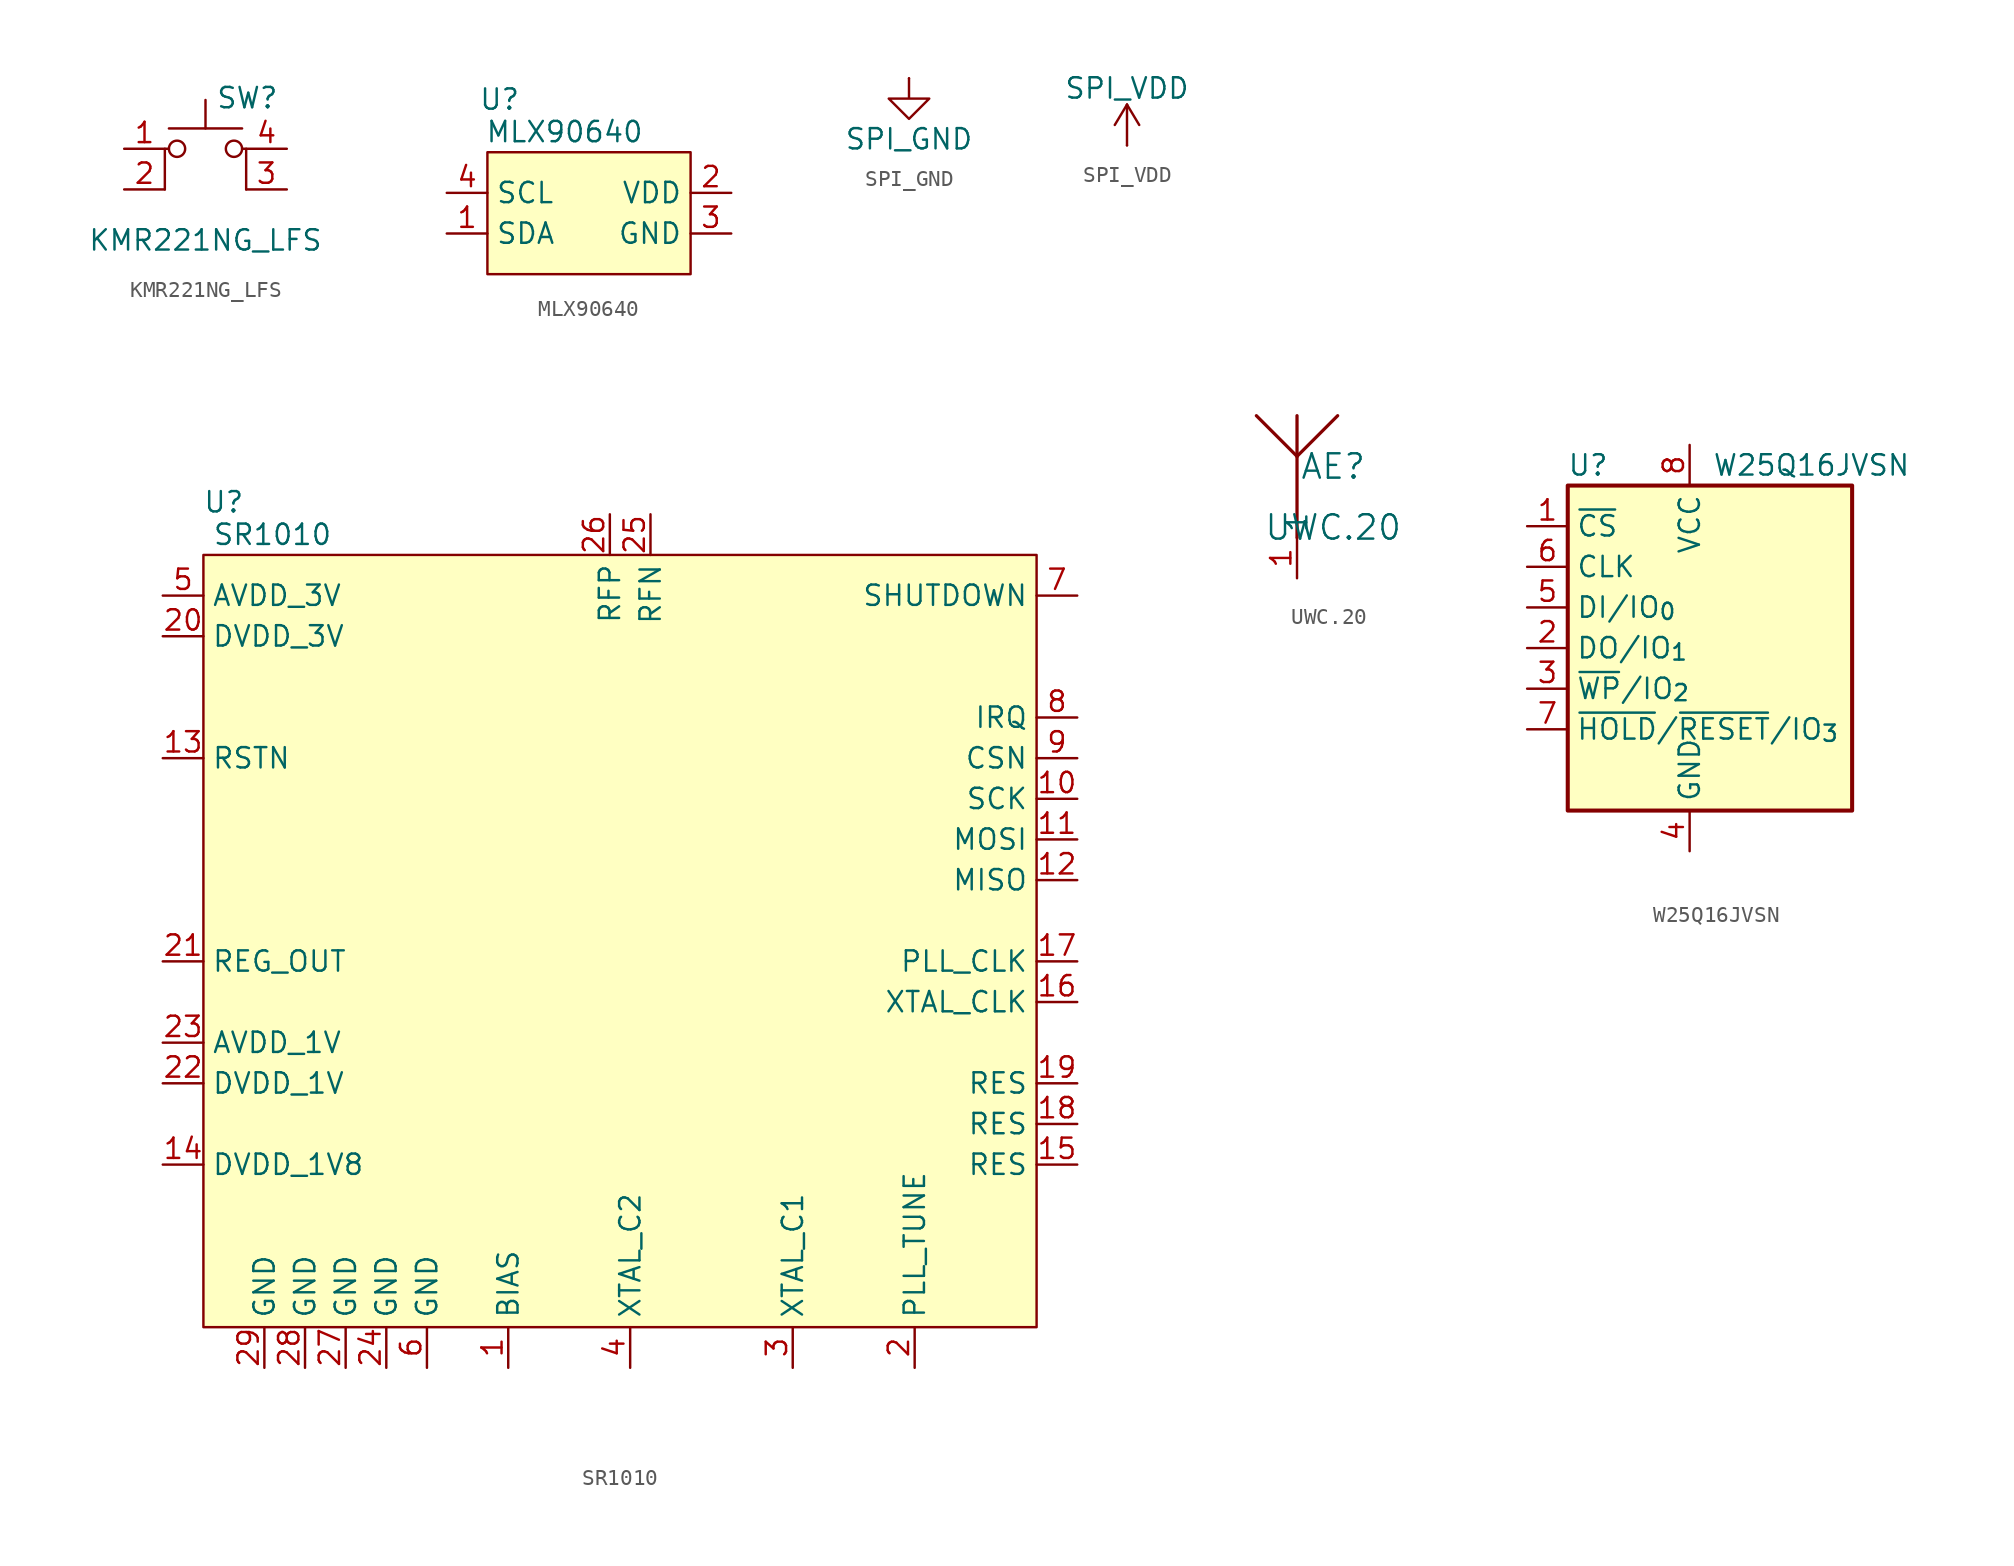
<source format=kicad_sym>
(kicad_symbol_lib
  (version 20241209)
  (generator "kicad_symbol_editor")
  (generator_version "9.0")
  (symbol "KMR221NG_LFS"
    (pin_names
      (offset 1.016)
      (hide yes))
    (property "Reference" "SW"
      (at 0.635 5.715 0)
      (effects (font (size 1.27 1.27)) (justify left)))
    (property "Value" "KMR221NG_LFS"
      (at 0 -3.175 0)
      (effects (font (size 1.27 1.27))))
    (symbol "KMR221NG_LFS_0_1"
      (polyline (pts (xy -2.54 0) (xy -2.54 2.54) (xy -2.286 2.54)) (stroke (width 0) (type default)) (fill (type none)))
      (polyline (pts (xy -2.286 3.81) (xy 2.286 3.81)) (stroke (width 0) (type default)) (fill (type none)))
      (circle (center -1.778 2.54) (radius 0.508) (stroke (width 0) (type default)) (fill (type none)))
      (polyline (pts (xy 0 3.81) (xy 0 5.588)) (stroke (width 0) (type default)) (fill (type none)))
      (circle (center 1.778 2.54) (radius 0.508) (stroke (width 0) (type default)) (fill (type none)))
      (polyline (pts (xy 2.54 0) (xy 2.54 2.54) (xy 2.286 2.54)) (stroke (width 0) (type default)) (fill (type none)))
      (pin passive line (at -5.08 2.54 0) (length 2.54) (name "1" (effects (font (size 1.27 1.27)))) (number "1" (effects (font (size 1.27 1.27)))))
      (pin passive line (at -5.08 0 0) (length 2.54) (name "2" (effects (font (size 1.27 1.27)))) (number "2" (effects (font (size 1.27 1.27)))))
      (pin passive line (at 5.08 2.54 180) (length 2.54) (name "A" (effects (font (size 1.27 1.27)))) (number "4" (effects (font (size 1.27 1.27)))))
      (pin passive line (at 5.08 0 180) (length 2.54) (name "K" (effects (font (size 1.27 1.27)))) (number "3" (effects (font (size 1.27 1.27)))))))
  (symbol "MLX90640"
    (property "Reference" "U"
      (at -5.588 7.112 0)
      (effects (font (size 1.27 1.27))))
    (property "Value" "MLX90640"
      (at -1.524 5.08 0)
      (effects (font (size 1.27 1.27))))
    (symbol "MLX90640_1_1"
      (rectangle (start -6.35 3.81) (end 6.35 -3.81) (stroke (width 0) (type solid)) (fill (type background)))
      (pin input line (at -8.89 1.27 0) (length 2.54) (name "SCL" (effects (font (size 1.27 1.27)))) (number "4" (effects (font (size 1.27 1.27)))))
      (pin bidirectional line (at -8.89 -1.27 0) (length 2.54) (name "SDA" (effects (font (size 1.27 1.27)))) (number "1" (effects (font (size 1.27 1.27)))))
      (pin power_in line (at 8.89 1.27 180) (length 2.54) (name "VDD" (effects (font (size 1.27 1.27)))) (number "2" (effects (font (size 1.27 1.27)))))
      (pin power_in line (at 8.89 -1.27 180) (length 2.54) (name "GND" (effects (font (size 1.27 1.27)))) (number "3" (effects (font (size 1.27 1.27)))))))
  (symbol "SPI_GND"
    (power)
    (pin_numbers
      (hide yes))
    (pin_names
      (offset 0)
      (hide yes))
    (property "Reference" "#PWR"
      (at 0 -6.35 0)
      (effects (font (size 1.27 1.27)) (hide yes)))
    (property "Value" "SPI_GND"
      (at 0 -3.81 0)
      (effects (font (size 1.27 1.27))))
    (symbol "SPI_GND_0_1"
      (polyline (pts (xy 0 0) (xy 0 -1.27) (xy 1.27 -1.27) (xy 0 -2.54) (xy -1.27 -1.27) (xy 0 -1.27)) (stroke (width 0) (type default)) (fill (type none))))
    (symbol "SPI_GND_1_1"
      (pin power_in line (at 0 0 270) (length 0) (name "~" (effects (font (size 1.27 1.27)))) (number "1" (effects (font (size 1.27 1.27)))))))
  (symbol "SPI_VDD"
    (power)
    (pin_numbers
      (hide yes))
    (pin_names
      (offset 0)
      (hide yes))
    (property "Reference" "#PWR"
      (at 0 -3.81 0)
      (effects (font (size 1.27 1.27)) (hide yes)))
    (property "Value" "SPI_VDD"
      (at 0 3.556 0)
      (effects (font (size 1.27 1.27))))
    (symbol "SPI_VDD_0_1"
      (polyline (pts (xy -0.762 1.27) (xy 0 2.54)) (stroke (width 0) (type default)) (fill (type none)))
      (polyline (pts (xy 0 2.54) (xy 0.762 1.27)) (stroke (width 0) (type default)) (fill (type none)))
      (polyline (pts (xy 0 0) (xy 0 2.54)) (stroke (width 0) (type default)) (fill (type none))))
    (symbol "SPI_VDD_1_1"
      (pin power_in line (at 0 0 90) (length 0) (name "~" (effects (font (size 1.27 1.27)))) (number "1" (effects (font (size 1.27 1.27)))))))
  (symbol "SR1010"
    (property "Reference" "U"
      (at -25.4 19.812 0)
      (effects (font (size 1.27 1.27))))
    (property "Value" "SR1010"
      (at -22.352 17.78 0)
      (effects (font (size 1.27 1.27))))
    (symbol "SR1010_1_1"
      (rectangle (start -26.67 16.51) (end 25.4 -31.75) (stroke (width 0) (type solid)) (fill (type background)))
      (pin power_in line (at -29.21 13.97 0) (length 2.54) (name "AVDD_3V" (effects (font (size 1.27 1.27)))) (number "5" (effects (font (size 1.27 1.27)))))
      (pin power_in line (at -29.21 11.43 0) (length 2.54) (name "DVDD_3V" (effects (font (size 1.27 1.27)))) (number "20" (effects (font (size 1.27 1.27)))))
      (pin input line (at -29.21 3.81 0) (length 2.54) (name "RSTN" (effects (font (size 1.27 1.27)))) (number "13" (effects (font (size 1.27 1.27)))))
      (pin output line (at -29.21 -8.89 0) (length 2.54) (name "REG_OUT" (effects (font (size 1.27 1.27)))) (number "21" (effects (font (size 1.27 1.27)))))
      (pin power_in line (at -29.21 -13.97 0) (length 2.54) (name "AVDD_1V" (effects (font (size 1.27 1.27)))) (number "23" (effects (font (size 1.27 1.27)))))
      (pin power_in line (at -29.21 -16.51 0) (length 2.54) (name "DVDD_1V" (effects (font (size 1.27 1.27)))) (number "22" (effects (font (size 1.27 1.27)))))
      (pin power_in line (at -29.21 -21.59 0) (length 2.54) (name "DVDD_1V8" (effects (font (size 1.27 1.27)))) (number "14" (effects (font (size 1.27 1.27)))))
      (pin power_in line (at -22.86 -34.29 90) (length 2.54) (name "GND" (effects (font (size 1.27 1.27)))) (number "29" (effects (font (size 1.27 1.27)))))
      (pin power_in line (at -20.32 -34.29 90) (length 2.54) (name "GND" (effects (font (size 1.27 1.27)))) (number "28" (effects (font (size 1.27 1.27)))))
      (pin power_in line (at -17.78 -34.29 90) (length 2.54) (name "GND" (effects (font (size 1.27 1.27)))) (number "27" (effects (font (size 1.27 1.27)))))
      (pin power_in line (at -15.24 -34.29 90) (length 2.54) (name "GND" (effects (font (size 1.27 1.27)))) (number "24" (effects (font (size 1.27 1.27)))))
      (pin power_in line (at -12.7 -34.29 90) (length 2.54) (name "GND" (effects (font (size 1.27 1.27)))) (number "6" (effects (font (size 1.27 1.27)))))
      (pin bidirectional line (at -7.62 -34.29 90) (length 2.54) (name "BIAS" (effects (font (size 1.27 1.27)))) (number "1" (effects (font (size 1.27 1.27)))))
      (pin bidirectional line (at -1.27 19.05 270) (length 2.54) (name "RFP" (effects (font (size 1.27 1.27)))) (number "26" (effects (font (size 1.27 1.27)))))
      (pin output line (at 0 -34.29 90) (length 2.54) (name "XTAL_C2" (effects (font (size 1.27 1.27)))) (number "4" (effects (font (size 1.27 1.27)))))
      (pin bidirectional line (at 1.27 19.05 270) (length 2.54) (name "RFN" (effects (font (size 1.27 1.27)))) (number "25" (effects (font (size 1.27 1.27)))))
      (pin input line (at 10.16 -34.29 90) (length 2.54) (name "XTAL_C1" (effects (font (size 1.27 1.27)))) (number "3" (effects (font (size 1.27 1.27)))))
      (pin bidirectional line (at 17.78 -34.29 90) (length 2.54) (name "PLL_TUNE" (effects (font (size 1.27 1.27)))) (number "2" (effects (font (size 1.27 1.27)))))
      (pin input line (at 27.94 13.97 180) (length 2.54) (name "SHUTDOWN" (effects (font (size 1.27 1.27)))) (number "7" (effects (font (size 1.27 1.27)))))
      (pin output line (at 27.94 6.35 180) (length 2.54) (name "IRQ" (effects (font (size 1.27 1.27)))) (number "8" (effects (font (size 1.27 1.27)))))
      (pin input line (at 27.94 3.81 180) (length 2.54) (name "CSN" (effects (font (size 1.27 1.27)))) (number "9" (effects (font (size 1.27 1.27)))))
      (pin input line (at 27.94 1.27 180) (length 2.54) (name "SCK" (effects (font (size 1.27 1.27)))) (number "10" (effects (font (size 1.27 1.27)))))
      (pin input line (at 27.94 -1.27 180) (length 2.54) (name "MOSI" (effects (font (size 1.27 1.27)))) (number "11" (effects (font (size 1.27 1.27)))))
      (pin output line (at 27.94 -3.81 180) (length 2.54) (name "MISO" (effects (font (size 1.27 1.27)))) (number "12" (effects (font (size 1.27 1.27)))))
      (pin bidirectional line (at 27.94 -8.89 180) (length 2.54) (name "PLL_CLK" (effects (font (size 1.27 1.27)))) (number "17" (effects (font (size 1.27 1.27)))))
      (pin bidirectional line (at 27.94 -11.43 180) (length 2.54) (name "XTAL_CLK" (effects (font (size 1.27 1.27)))) (number "16" (effects (font (size 1.27 1.27)))))
      (pin unspecified line (at 27.94 -16.51 180) (length 2.54) (name "RES" (effects (font (size 1.27 1.27)))) (number "19" (effects (font (size 1.27 1.27)))))
      (pin unspecified line (at 27.94 -19.05 180) (length 2.54) (name "RES" (effects (font (size 1.27 1.27)))) (number "18" (effects (font (size 1.27 1.27)))))
      (pin unspecified line (at 27.94 -21.59 180) (length 2.54) (name "RES" (effects (font (size 1.27 1.27)))) (number "15" (effects (font (size 1.27 1.27)))))))
  (symbol "UWC.20"
    (pin_names
      (offset 0.254))
    (property "Reference" "AE"
      (at 2.261 6.985 0)
      (effects (font (size 1.524 1.524))))
    (property "Value" "UWC.20"
      (at 2.261 3.175 0)
      (effects (font (size 1.524 1.524))))
    (property "ki_locked" ""
      (at 0 0 0)
      (effects (font (size 1.27 1.27))))
    (symbol "UWC.20_0_1"
      (polyline (pts (xy -2.54 10.16) (xy 0 7.62)) (stroke (width 0.203) (type default)) (fill (type none)))
      (polyline (pts (xy 0 10.16) (xy 0 7.62)) (stroke (width 0.203) (type default)) (fill (type none)))
      (polyline (pts (xy 0 7.62) (xy 0 2.54)) (stroke (width 0.203) (type default)) (fill (type none)))
      (polyline (pts (xy 0 7.62) (xy 2.54 10.16)) (stroke (width 0.203) (type default)) (fill (type none)))
      (pin unspecified line (at 0 0 90) (length 2.54) (name "1" (effects (font (size 1.27 1.27)))) (number "1" (effects (font (size 1.27 1.27)))))))
  (symbol "W25Q16JVSN"
    (property "Reference" "U"
      (at -6.35 11.43 0)
      (effects (font (size 1.27 1.27))))
    (property "Value" "W25Q16JVSN"
      (at 7.62 11.43 0)
      (effects (font (size 1.27 1.27))))
    (symbol "W25Q16JVSN_0_1"
      (rectangle (start -7.62 10.16) (end 10.16 -10.16) (stroke (width 0.254) (type default)) (fill (type background))))
    (symbol "W25Q16JVSN_1_1"
      (pin input line (at -10.16 7.62 0) (length 2.54) (name "~{CS}" (effects (font (size 1.27 1.27)))) (number "1" (effects (font (size 1.27 1.27)))))
      (pin input line (at -10.16 5.08 0) (length 2.54) (name "CLK" (effects (font (size 1.27 1.27)))) (number "6" (effects (font (size 1.27 1.27)))))
      (pin bidirectional line (at -10.16 2.54 0) (length 2.54) (name "DI/IO_{0}" (effects (font (size 1.27 1.27)))) (number "5" (effects (font (size 1.27 1.27)))))
      (pin bidirectional line (at -10.16 0 0) (length 2.54) (name "DO/IO_{1}" (effects (font (size 1.27 1.27)))) (number "2" (effects (font (size 1.27 1.27)))))
      (pin bidirectional line (at -10.16 -2.54 0) (length 2.54) (name "~{WP}/IO_{2}" (effects (font (size 1.27 1.27)))) (number "3" (effects (font (size 1.27 1.27)))))
      (pin bidirectional line (at -10.16 -5.08 0) (length 2.54) (name "~{HOLD}/~{RESET}/IO_{3}" (effects (font (size 1.27 1.27)))) (number "7" (effects (font (size 1.27 1.27)))))
      (pin power_in line (at 0 12.7 270) (length 2.54) (name "VCC" (effects (font (size 1.27 1.27)))) (number "8" (effects (font (size 1.27 1.27)))))
      (pin power_in line (at 0 -12.7 90) (length 2.54) (name "GND" (effects (font (size 1.27 1.27)))) (number "4" (effects (font (size 1.27 1.27))))))))
</source>
